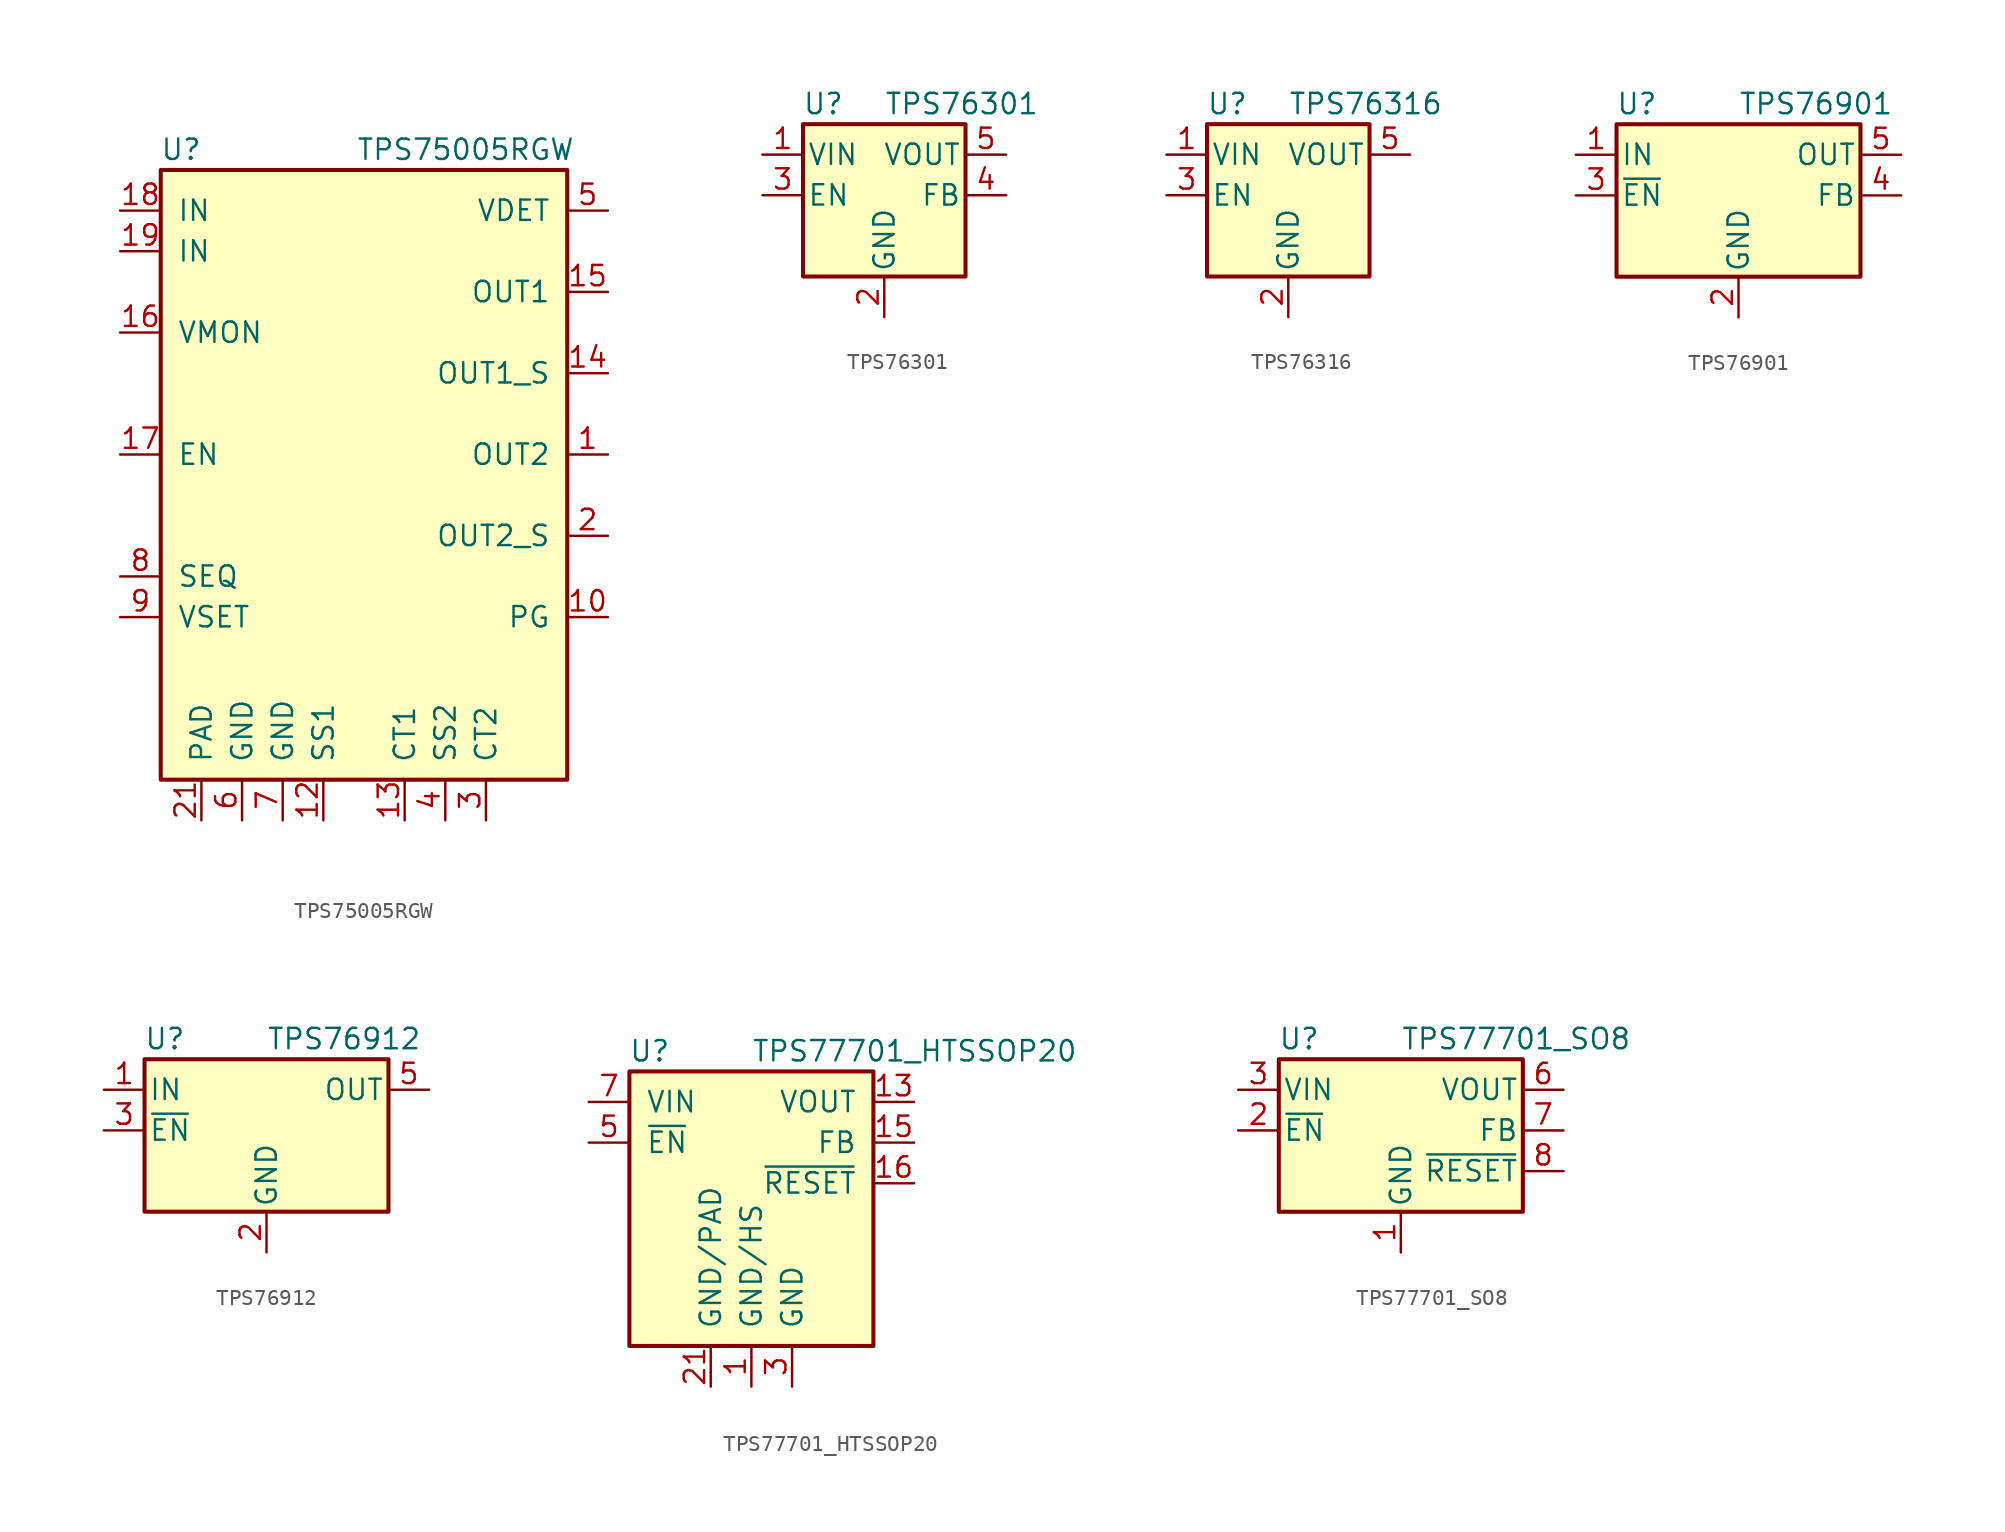
<source format=kicad_sym>
(kicad_symbol_lib
  (version 20201005)
  (generator kicad_symbol_editor)
  (symbol "TPS75005RGW"
    (pin_names
      (offset 1.016))
    (property "Reference" "U"
      (at -11.43 19.05 0)
      (effects (font (size 1.27 1.27))))
    (property "Value" "TPS75005RGW"
      (at 6.35 19.05 0)
      (effects (font (size 1.27 1.27))))
    (symbol "TPS75005RGW_0_1"
      (rectangle (start -12.7 17.78) (end 12.7 -20.32) (stroke (width 0.254)) (fill (type background))))
    (symbol "TPS75005RGW_1_1"
      (pin power_out line (at 15.24 0 180) (length 2.54) (name "OUT2" (effects (font (size 1.27 1.27)))) (number "1" (effects (font (size 1.27 1.27)))))
      (pin output line (at 15.24 -10.16 180) (length 2.54) (name "PG" (effects (font (size 1.27 1.27)))) (number "10" (effects (font (size 1.27 1.27)))))
      (pin no_connect line (at -15.24 -5.08 0) (length 2.54) hide (name "TEST" (effects (font (size 1.27 1.27)))) (number "11" (effects (font (size 1.27 1.27)))))
      (pin input line (at -2.54 -22.86 90) (length 2.54) (name "SS1" (effects (font (size 1.27 1.27)))) (number "12" (effects (font (size 1.27 1.27)))))
      (pin passive line (at 2.54 -22.86 90) (length 2.54) (name "CT1" (effects (font (size 1.27 1.27)))) (number "13" (effects (font (size 1.27 1.27)))))
      (pin input line (at 15.24 5.08 180) (length 2.54) (name "OUT1_S" (effects (font (size 1.27 1.27)))) (number "14" (effects (font (size 1.27 1.27)))))
      (pin power_out line (at 15.24 10.16 180) (length 2.54) (name "OUT1" (effects (font (size 1.27 1.27)))) (number "15" (effects (font (size 1.27 1.27)))))
      (pin input line (at -15.24 7.62 0) (length 2.54) (name "VMON" (effects (font (size 1.27 1.27)))) (number "16" (effects (font (size 1.27 1.27)))))
      (pin input line (at -15.24 0 0) (length 2.54) (name "EN" (effects (font (size 1.27 1.27)))) (number "17" (effects (font (size 1.27 1.27)))))
      (pin power_in line (at -15.24 15.24 0) (length 2.54) (name "IN" (effects (font (size 1.27 1.27)))) (number "18" (effects (font (size 1.27 1.27)))))
      (pin power_in line (at -15.24 12.7 0) (length 2.54) (name "IN" (effects (font (size 1.27 1.27)))) (number "19" (effects (font (size 1.27 1.27)))))
      (pin input line (at 15.24 -5.08 180) (length 2.54) (name "OUT2_S" (effects (font (size 1.27 1.27)))) (number "2" (effects (font (size 1.27 1.27)))))
      (pin no_connect line (at -15.24 -2.54 0) (length 2.54) hide (name "NC" (effects (font (size 1.27 1.27)))) (number "20" (effects (font (size 1.27 1.27)))))
      (pin power_in line (at -10.16 -22.86 90) (length 2.54) (name "PAD" (effects (font (size 1.27 1.27)))) (number "21" (effects (font (size 1.27 1.27)))))
      (pin passive line (at 7.62 -22.86 90) (length 2.54) (name "CT2" (effects (font (size 1.27 1.27)))) (number "3" (effects (font (size 1.27 1.27)))))
      (pin input line (at 5.08 -22.86 90) (length 2.54) (name "SS2" (effects (font (size 1.27 1.27)))) (number "4" (effects (font (size 1.27 1.27)))))
      (pin output line (at 15.24 15.24 180) (length 2.54) (name "VDET" (effects (font (size 1.27 1.27)))) (number "5" (effects (font (size 1.27 1.27)))))
      (pin power_in line (at -7.62 -22.86 90) (length 2.54) (name "GND" (effects (font (size 1.27 1.27)))) (number "6" (effects (font (size 1.27 1.27)))))
      (pin power_in line (at -5.08 -22.86 90) (length 2.54) (name "GND" (effects (font (size 1.27 1.27)))) (number "7" (effects (font (size 1.27 1.27)))))
      (pin input line (at -15.24 -7.62 0) (length 2.54) (name "SEQ" (effects (font (size 1.27 1.27)))) (number "8" (effects (font (size 1.27 1.27)))))
      (pin input line (at -15.24 -10.16 0) (length 2.54) (name "VSET" (effects (font (size 1.27 1.27)))) (number "9" (effects (font (size 1.27 1.27)))))))
  (symbol "TPS76301"
    (pin_names
      (offset 0.254))
    (property "Reference" "U"
      (at -3.81 5.715 0)
      (effects (font (size 1.27 1.27))))
    (property "Value" "TPS76301"
      (at 0 5.715 0)
      (effects (font (size 1.27 1.27)) (justify left)))
    (symbol "TPS76301_0_1"
      (rectangle (start -5.08 4.445) (end 5.08 -5.08) (stroke (width 0.254)) (fill (type background))))
    (symbol "TPS76301_1_1"
      (pin power_in line (at -7.62 2.54 0) (length 2.54) (name "VIN" (effects (font (size 1.27 1.27)))) (number "1" (effects (font (size 1.27 1.27)))))
      (pin power_in line (at 0 -7.62 90) (length 2.54) (name "GND" (effects (font (size 1.27 1.27)))) (number "2" (effects (font (size 1.27 1.27)))))
      (pin input line (at -7.62 0 0) (length 2.54) (name "EN" (effects (font (size 1.27 1.27)))) (number "3" (effects (font (size 1.27 1.27)))))
      (pin input line (at 7.62 0 180) (length 2.54) (name "FB" (effects (font (size 1.27 1.27)))) (number "4" (effects (font (size 1.27 1.27)))))
      (pin power_out line (at 7.62 2.54 180) (length 2.54) (name "VOUT" (effects (font (size 1.27 1.27)))) (number "5" (effects (font (size 1.27 1.27)))))))
  (symbol "TPS76316"
    (pin_names
      (offset 0.254))
    (property "Reference" "U"
      (at -3.81 5.715 0)
      (effects (font (size 1.27 1.27))))
    (property "Value" "TPS76316"
      (at 0 5.715 0)
      (effects (font (size 1.27 1.27)) (justify left)))
    (symbol "TPS76316_0_1"
      (rectangle (start -5.08 4.445) (end 5.08 -5.08) (stroke (width 0.254)) (fill (type background))))
    (symbol "TPS76316_1_1"
      (pin power_in line (at -7.62 2.54 0) (length 2.54) (name "VIN" (effects (font (size 1.27 1.27)))) (number "1" (effects (font (size 1.27 1.27)))))
      (pin power_in line (at 0 -7.62 90) (length 2.54) (name "GND" (effects (font (size 1.27 1.27)))) (number "2" (effects (font (size 1.27 1.27)))))
      (pin input line (at -7.62 0 0) (length 2.54) (name "EN" (effects (font (size 1.27 1.27)))) (number "3" (effects (font (size 1.27 1.27)))))
      (pin no_connect line (at 7.62 0 180) (length 2.54) hide (name "NC" (effects (font (size 1.27 1.27)))) (number "4" (effects (font (size 1.27 1.27)))))
      (pin power_out line (at 7.62 2.54 180) (length 2.54) (name "VOUT" (effects (font (size 1.27 1.27)))) (number "5" (effects (font (size 1.27 1.27)))))))
  (symbol "TPS76901"
    (pin_names
      (offset 0.254))
    (property "Reference" "U"
      (at -6.35 5.715 0)
      (effects (font (size 1.27 1.27))))
    (property "Value" "TPS76901"
      (at 0 5.715 0)
      (effects (font (size 1.27 1.27)) (justify left)))
    (symbol "TPS76901_0_1"
      (rectangle (start -7.62 4.445) (end 7.62 -5.08) (stroke (width 0.254)) (fill (type background))))
    (symbol "TPS76901_1_1"
      (pin power_in line (at -10.16 2.54 0) (length 2.54) (name "IN" (effects (font (size 1.27 1.27)))) (number "1" (effects (font (size 1.27 1.27)))))
      (pin power_in line (at 0 -7.62 90) (length 2.54) (name "GND" (effects (font (size 1.27 1.27)))) (number "2" (effects (font (size 1.27 1.27)))))
      (pin input line (at -10.16 0 0) (length 2.54) (name "~EN~" (effects (font (size 1.27 1.27)))) (number "3" (effects (font (size 1.27 1.27)))))
      (pin input line (at 10.16 0 180) (length 2.54) (name "FB" (effects (font (size 1.27 1.27)))) (number "4" (effects (font (size 1.27 1.27)))))
      (pin power_out line (at 10.16 2.54 180) (length 2.54) (name "OUT" (effects (font (size 1.27 1.27)))) (number "5" (effects (font (size 1.27 1.27)))))))
  (symbol "TPS76912"
    (pin_names
      (offset 0.254))
    (property "Reference" "U"
      (at -6.35 5.715 0)
      (effects (font (size 1.27 1.27))))
    (property "Value" "TPS76912"
      (at 0 5.715 0)
      (effects (font (size 1.27 1.27)) (justify left)))
    (symbol "TPS76912_0_1"
      (rectangle (start -7.62 4.445) (end 7.62 -5.08) (stroke (width 0.254)) (fill (type background))))
    (symbol "TPS76912_1_1"
      (pin power_in line (at -10.16 2.54 0) (length 2.54) (name "IN" (effects (font (size 1.27 1.27)))) (number "1" (effects (font (size 1.27 1.27)))))
      (pin power_in line (at 0 -7.62 90) (length 2.54) (name "GND" (effects (font (size 1.27 1.27)))) (number "2" (effects (font (size 1.27 1.27)))))
      (pin input line (at -10.16 0 0) (length 2.54) (name "~EN~" (effects (font (size 1.27 1.27)))) (number "3" (effects (font (size 1.27 1.27)))))
      (pin no_connect line (at 10.16 0 180) (length 2.54) hide (name "NC" (effects (font (size 1.27 1.27)))) (number "4" (effects (font (size 1.27 1.27)))))
      (pin power_out line (at 10.16 2.54 180) (length 2.54) (name "OUT" (effects (font (size 1.27 1.27)))) (number "5" (effects (font (size 1.27 1.27)))))))
  (symbol "TPS77701_HTSSOP20"
    (pin_names
      (offset 1.016))
    (property "Reference" "U"
      (at -6.35 5.715 0)
      (effects (font (size 1.27 1.27))))
    (property "Value" "TPS77701_HTSSOP20"
      (at 0 5.715 0)
      (effects (font (size 1.27 1.27)) (justify left)))
    (symbol "TPS77701_HTSSOP20_0_1"
      (rectangle (start -7.62 4.445) (end 7.62 -12.7) (stroke (width 0.254)) (fill (type background))))
    (symbol "TPS77701_HTSSOP20_1_1"
      (pin power_in line (at 0 -15.24 90) (length 2.54) (name "GND/HS" (effects (font (size 1.27 1.27)))) (number "1" (effects (font (size 1.27 1.27)))))
      (pin passive line (at 0 -15.24 90) (length 2.54) hide (name "GND/HS" (effects (font (size 1.27 1.27)))) (number "10" (effects (font (size 1.27 1.27)))))
      (pin passive line (at 0 -15.24 90) (length 2.54) hide (name "GND/HS" (effects (font (size 1.27 1.27)))) (number "11" (effects (font (size 1.27 1.27)))))
      (pin passive line (at 0 -15.24 90) (length 2.54) hide (name "GND/HS" (effects (font (size 1.27 1.27)))) (number "12" (effects (font (size 1.27 1.27)))))
      (pin power_out line (at 10.16 2.54 180) (length 2.54) (name "VOUT" (effects (font (size 1.27 1.27)))) (number "13" (effects (font (size 1.27 1.27)))))
      (pin passive line (at 10.16 2.54 180) (length 2.54) hide (name "VOUT" (effects (font (size 1.27 1.27)))) (number "14" (effects (font (size 1.27 1.27)))))
      (pin passive line (at 10.16 0 180) (length 2.54) (name "FB" (effects (font (size 1.27 1.27)))) (number "15" (effects (font (size 1.27 1.27)))))
      (pin open_collector line (at 10.16 -2.54 180) (length 2.54) (name "~RESET~" (effects (font (size 1.27 1.27)))) (number "16" (effects (font (size 1.27 1.27)))))
      (pin no_connect line (at 10.16 -5.08 180) (length 2.54) hide (name "NC" (effects (font (size 1.27 1.27)))) (number "17" (effects (font (size 1.27 1.27)))))
      (pin no_connect line (at 10.16 -7.62 180) (length 2.54) hide (name "NC" (effects (font (size 1.27 1.27)))) (number "18" (effects (font (size 1.27 1.27)))))
      (pin passive line (at 0 -15.24 90) (length 2.54) hide (name "GND/HS" (effects (font (size 1.27 1.27)))) (number "19" (effects (font (size 1.27 1.27)))))
      (pin passive line (at 0 -15.24 90) (length 2.54) hide (name "GND/HS" (effects (font (size 1.27 1.27)))) (number "2" (effects (font (size 1.27 1.27)))))
      (pin passive line (at 0 -15.24 90) (length 2.54) hide (name "GND/HS" (effects (font (size 1.27 1.27)))) (number "20" (effects (font (size 1.27 1.27)))))
      (pin power_in line (at -2.54 -15.24 90) (length 2.54) (name "GND/PAD" (effects (font (size 1.27 1.27)))) (number "21" (effects (font (size 1.27 1.27)))))
      (pin power_in line (at 2.54 -15.24 90) (length 2.54) (name "GND" (effects (font (size 1.27 1.27)))) (number "3" (effects (font (size 1.27 1.27)))))
      (pin no_connect line (at -10.16 -2.54 0) (length 2.54) hide (name "NC" (effects (font (size 1.27 1.27)))) (number "4" (effects (font (size 1.27 1.27)))))
      (pin input line (at -10.16 0 0) (length 2.54) (name "~EN~" (effects (font (size 1.27 1.27)))) (number "5" (effects (font (size 1.27 1.27)))))
      (pin passive line (at -10.16 2.54 0) (length 2.54) hide (name "VIN" (effects (font (size 1.27 1.27)))) (number "6" (effects (font (size 1.27 1.27)))))
      (pin power_in line (at -10.16 2.54 0) (length 2.54) (name "VIN" (effects (font (size 1.27 1.27)))) (number "7" (effects (font (size 1.27 1.27)))))
      (pin no_connect line (at -10.16 -5.08 0) (length 2.54) hide (name "NC" (effects (font (size 1.27 1.27)))) (number "8" (effects (font (size 1.27 1.27)))))
      (pin passive line (at 0 -15.24 90) (length 2.54) hide (name "GND/HS" (effects (font (size 1.27 1.27)))) (number "9" (effects (font (size 1.27 1.27)))))))
  (symbol "TPS77701_SO8"
    (pin_names
      (offset 0.254))
    (property "Reference" "U"
      (at -6.35 5.715 0)
      (effects (font (size 1.27 1.27))))
    (property "Value" "TPS77701_SO8"
      (at 0 5.715 0)
      (effects (font (size 1.27 1.27)) (justify left)))
    (symbol "TPS77701_SO8_0_1"
      (rectangle (start -7.62 4.445) (end 7.62 -5.08) (stroke (width 0.254)) (fill (type background))))
    (symbol "TPS77701_SO8_1_1"
      (pin power_in line (at 0 -7.62 90) (length 2.54) (name "GND" (effects (font (size 1.27 1.27)))) (number "1" (effects (font (size 1.27 1.27)))))
      (pin input line (at -10.16 0 0) (length 2.54) (name "~EN~" (effects (font (size 1.27 1.27)))) (number "2" (effects (font (size 1.27 1.27)))))
      (pin power_in line (at -10.16 2.54 0) (length 2.54) (name "VIN" (effects (font (size 1.27 1.27)))) (number "3" (effects (font (size 1.27 1.27)))))
      (pin passive line (at -10.16 2.54 0) (length 2.54) hide (name "VIN" (effects (font (size 1.27 1.27)))) (number "4" (effects (font (size 1.27 1.27)))))
      (pin passive line (at 10.16 2.54 180) (length 2.54) hide (name "VOUT" (effects (font (size 1.27 1.27)))) (number "5" (effects (font (size 1.27 1.27)))))
      (pin power_out line (at 10.16 2.54 180) (length 2.54) (name "VOUT" (effects (font (size 1.27 1.27)))) (number "6" (effects (font (size 1.27 1.27)))))
      (pin passive line (at 10.16 0 180) (length 2.54) (name "FB" (effects (font (size 1.27 1.27)))) (number "7" (effects (font (size 1.27 1.27)))))
      (pin open_collector line (at 10.16 -2.54 180) (length 2.54) (name "~RESET~" (effects (font (size 1.27 1.27)))) (number "8" (effects (font (size 1.27 1.27))))))))
</source>
